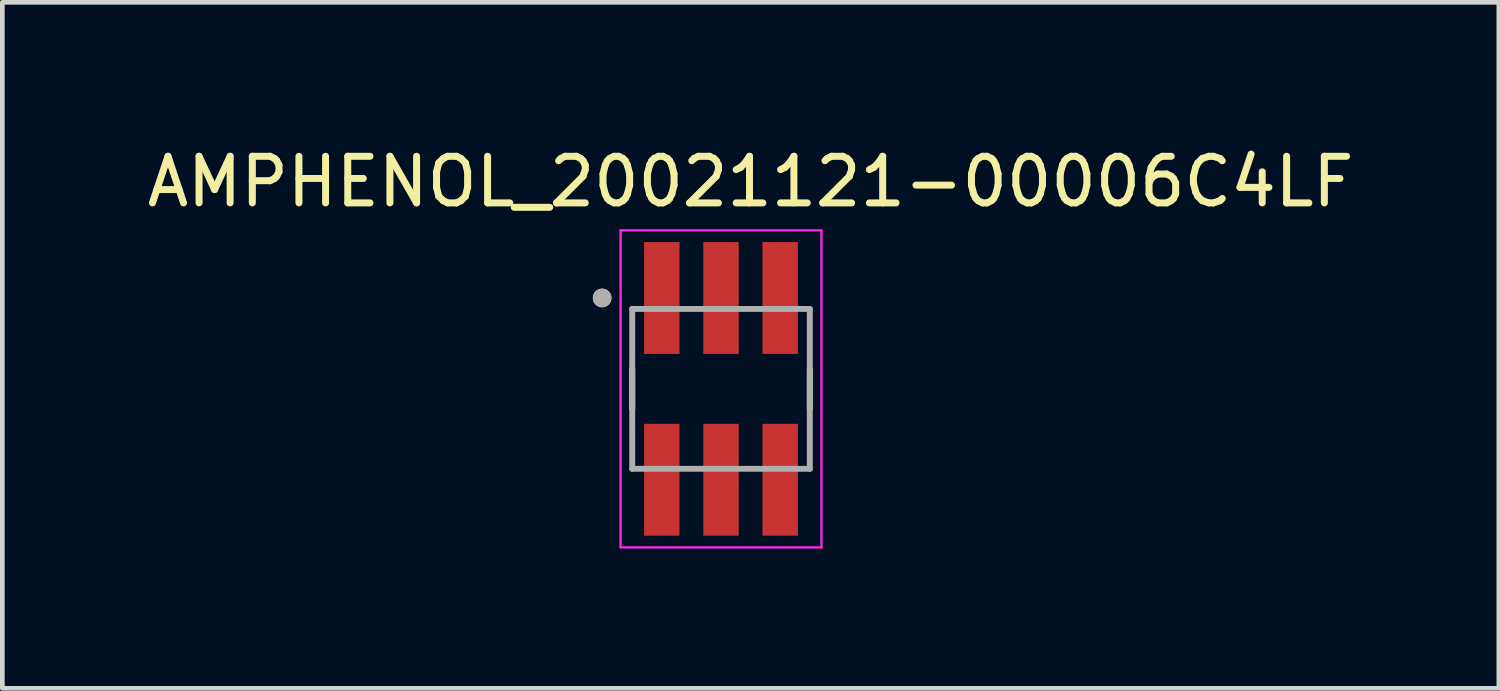
<source format=kicad_pcb>
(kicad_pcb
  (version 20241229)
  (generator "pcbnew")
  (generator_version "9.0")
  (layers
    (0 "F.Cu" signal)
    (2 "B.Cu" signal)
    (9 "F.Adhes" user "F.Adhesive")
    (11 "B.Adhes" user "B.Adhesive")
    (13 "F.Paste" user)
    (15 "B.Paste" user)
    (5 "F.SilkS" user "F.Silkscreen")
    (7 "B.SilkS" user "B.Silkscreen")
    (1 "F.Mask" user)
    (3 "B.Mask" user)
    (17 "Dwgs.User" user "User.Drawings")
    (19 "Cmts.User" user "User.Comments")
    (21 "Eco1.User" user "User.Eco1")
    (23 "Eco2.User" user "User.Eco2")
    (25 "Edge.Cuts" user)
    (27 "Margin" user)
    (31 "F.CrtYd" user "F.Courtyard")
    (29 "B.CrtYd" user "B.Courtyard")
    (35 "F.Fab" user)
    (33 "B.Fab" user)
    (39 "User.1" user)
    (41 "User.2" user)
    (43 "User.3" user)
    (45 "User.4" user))
  (footprint "AMPHENOL_20021121-00006C4LF"
    (layer "F.Cu")
    (at 12.419 5.293)
    (property "Reference" "AMPHENOL_20021121-00006C4LF" (at 0.635 -4.445 0) (layer "F.SilkS") (effects (font (size 1 1) (thickness 0.15))))
    (attr smd)
    (fp_line (start -1.905 0.43) (end -1.905 -0.43) (stroke (width 0.127) (type solid)) (layer "F.SilkS"))
    (fp_line (start 1.905 -0.43) (end 1.905 0.43) (stroke (width 0.127) (type solid)) (layer "F.SilkS"))
    (fp_circle (center -2.55 -1.95) (end -2.45 -1.95) (stroke (width 0.2) (type solid)) (fill no) (layer "F.SilkS"))
    (fp_line (start -2.155 -3.4) (end 2.155 -3.4) (stroke (width 0.05) (type solid)) (layer "F.CrtYd"))
    (fp_line (start -2.155 3.4) (end -2.155 -3.4) (stroke (width 0.05) (type solid)) (layer "F.CrtYd"))
    (fp_line (start 2.155 -3.4) (end 2.155 3.4) (stroke (width 0.05) (type solid)) (layer "F.CrtYd"))
    (fp_line (start 2.155 3.4) (end -2.155 3.4) (stroke (width 0.05) (type solid)) (layer "F.CrtYd"))
    (fp_line (start -1.905 -1.715) (end 1.905 -1.715) (stroke (width 0.127) (type solid)) (layer "F.Fab"))
    (fp_line (start -1.905 1.715) (end -1.905 -1.715) (stroke (width 0.127) (type solid)) (layer "F.Fab"))
    (fp_line (start -1.905 1.715) (end 1.905 1.715) (stroke (width 0.127) (type solid)) (layer "F.Fab"))
    (fp_line (start 1.905 -1.715) (end 1.905 1.715) (stroke (width 0.127) (type solid)) (layer "F.Fab"))
    (fp_circle (center -2.55 -1.95) (end -2.45 -1.95) (stroke (width 0.2) (type solid)) (fill no) (layer "F.Fab"))
    (pad "1" smd rect (at -1.27 -1.95) (size 0.76 2.4) (layers "F.Cu" "F.Mask" "F.Paste"))
    (pad "2" smd rect (at -1.27 1.95) (size 0.76 2.4) (layers "F.Cu" "F.Mask" "F.Paste"))
    (pad "3" smd rect (at 0 -1.95) (size 0.76 2.4) (layers "F.Cu" "F.Mask" "F.Paste"))
    (pad "4" smd rect (at 0 1.95) (size 0.76 2.4) (layers "F.Cu" "F.Mask" "F.Paste"))
    (pad "5" smd rect (at 1.27 -1.95) (size 0.76 2.4) (layers "F.Cu" "F.Mask" "F.Paste"))
    (pad "6" smd rect (at 1.27 1.95) (size 0.76 2.4) (layers "F.Cu" "F.Mask" "F.Paste")))
  (gr_rect
    (start -3 -3)
    (end 29.107 11.718)
    (stroke (width 0.1) (type default))
    (fill no)
    (layer "Edge.Cuts")))
</source>
